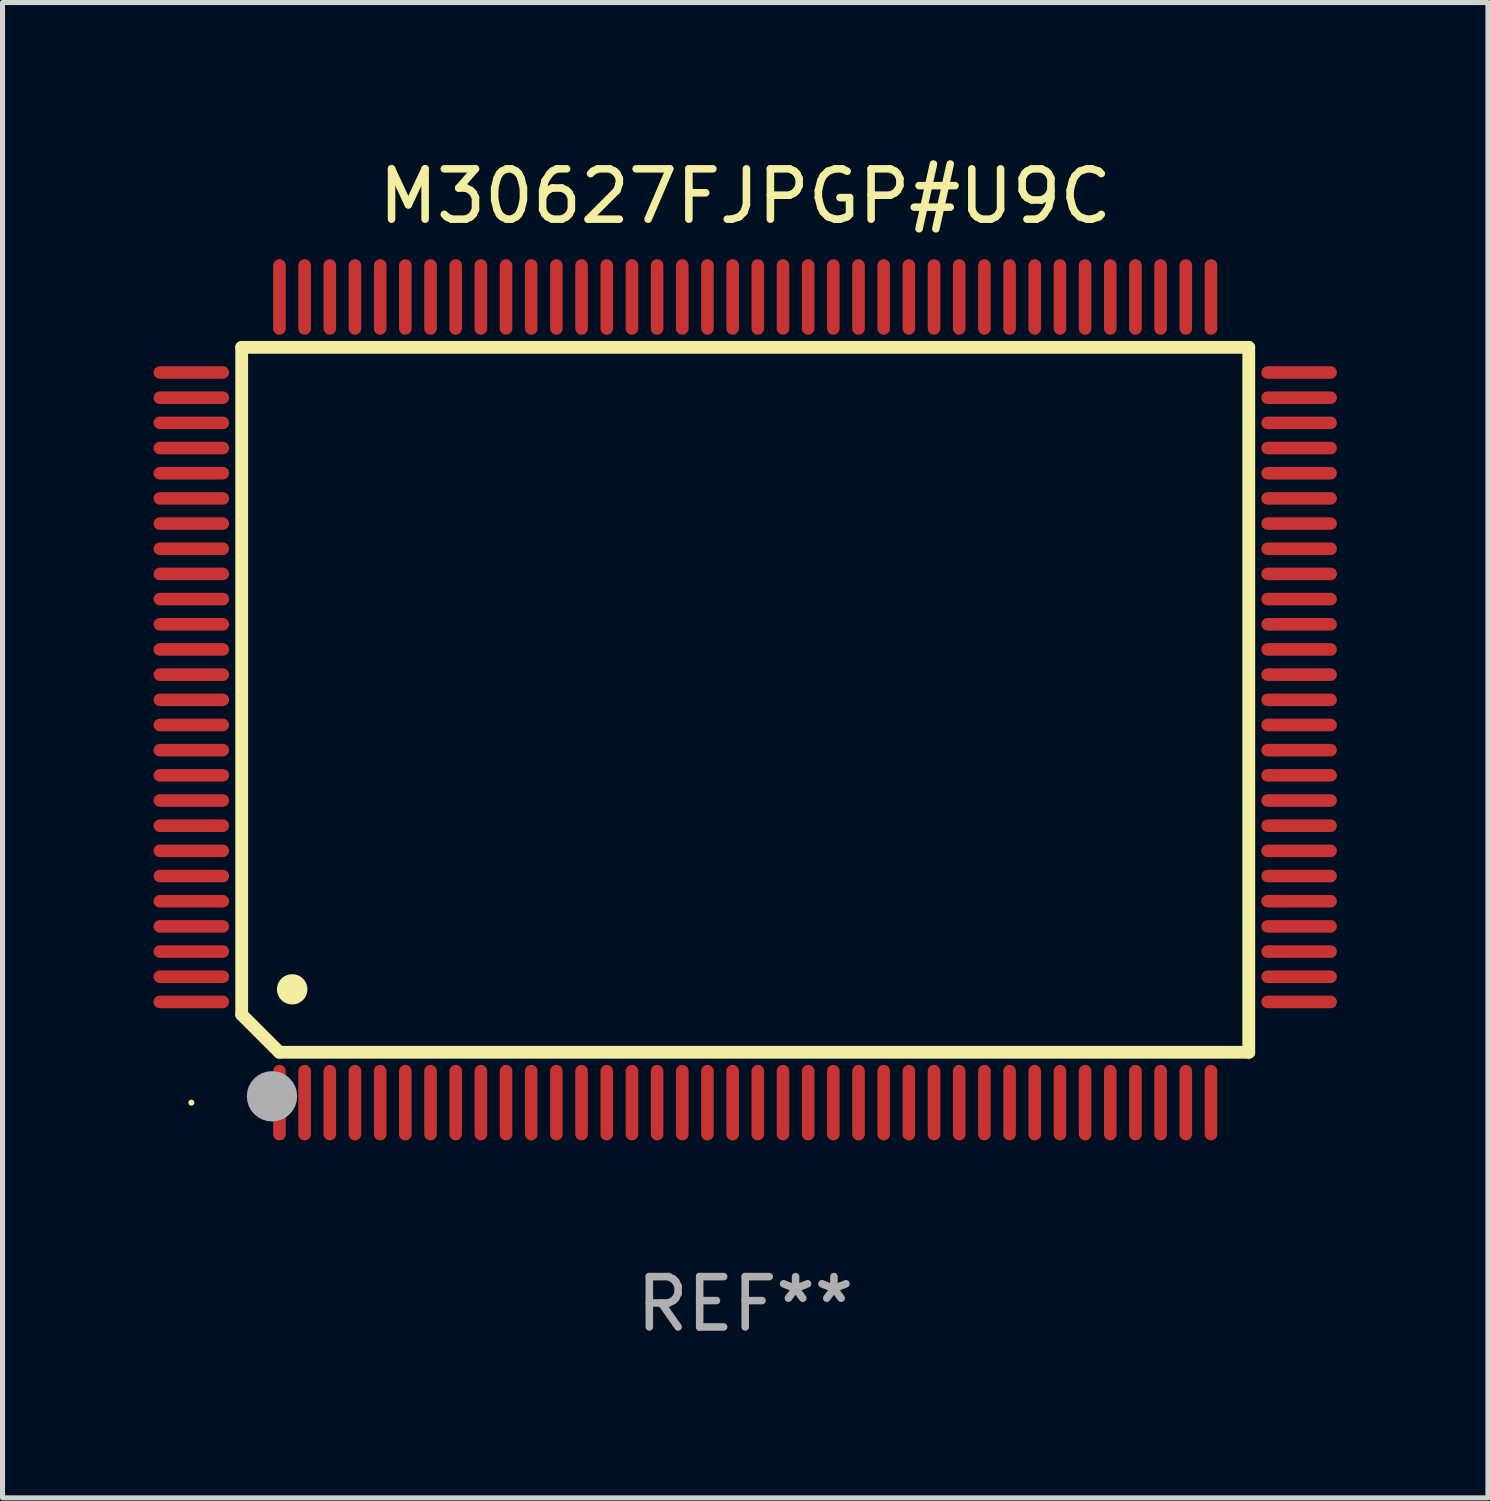
<source format=kicad_pcb>
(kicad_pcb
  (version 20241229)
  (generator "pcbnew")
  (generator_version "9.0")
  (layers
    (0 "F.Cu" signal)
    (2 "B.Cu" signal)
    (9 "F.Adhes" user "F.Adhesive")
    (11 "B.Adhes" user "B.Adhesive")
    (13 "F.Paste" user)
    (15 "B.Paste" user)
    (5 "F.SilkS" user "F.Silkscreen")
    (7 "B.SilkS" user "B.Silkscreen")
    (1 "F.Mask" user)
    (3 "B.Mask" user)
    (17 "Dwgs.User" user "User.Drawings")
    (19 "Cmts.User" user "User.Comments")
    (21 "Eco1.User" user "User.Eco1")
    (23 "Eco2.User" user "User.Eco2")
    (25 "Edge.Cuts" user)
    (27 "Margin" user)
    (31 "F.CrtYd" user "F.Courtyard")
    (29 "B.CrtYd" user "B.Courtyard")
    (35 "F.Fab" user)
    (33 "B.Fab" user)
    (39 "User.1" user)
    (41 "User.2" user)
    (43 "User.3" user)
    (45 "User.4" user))
  (footprint "M30627FJPGP#U9C"
    (layer "F.Cu")
    (at 11.75 10.848)
    (property "Reference" "M30627FJPGP#U9C" (at 0 -10 0) (layer "F.SilkS") (effects (font (size 1 1) (thickness 0.15))))
    (attr through_hole)
    (fp_line (start -10 -7) (end -10 6.25) (stroke (width 0.254) (type solid)) (layer "F.SilkS"))
    (fp_line (start -10 -7) (end 10 -7) (stroke (width 0.254) (type solid)) (layer "F.SilkS"))
    (fp_line (start -9.252 7) (end -10 6.252) (stroke (width 0.254) (type solid)) (layer "F.SilkS"))
    (fp_line (start 10 -7) (end 10 7) (stroke (width 0.254) (type solid)) (layer "F.SilkS"))
    (fp_line (start 10 7) (end -9.252 7) (stroke (width 0.254) (type solid)) (layer "F.SilkS"))
    (fp_arc (start -9.000025 5.750013) (mid -8.997485 5.750002) (end -8.994945 5.750013) (stroke (width 0.6) (type solid)) (layer "F.SilkS"))
    (fp_circle (center -11 8) (end -10.97 8) (stroke (width 0.06) (type solid)) (fill no) (layer "F.SilkS"))
    (fp_circle (center -9.398 7.874) (end -9.148 7.874) (stroke (width 0.5) (type solid)) (fill no) (layer "F.Fab"))
    (fp_text user "REF**" (at 0 12 0) (layer "F.Fab") (effects (font (size 1 1) (thickness 0.15))))
    (pad "1" smd oval (at -9.25 8) (size 0.25 1.5) (layers "F.Cu" "F.Mask" "F.Paste"))
    (pad "2" smd oval (at -8.75 8) (size 0.25 1.5) (layers "F.Cu" "F.Mask" "F.Paste"))
    (pad "3" smd oval (at -8.25 8) (size 0.25 1.5) (layers "F.Cu" "F.Mask" "F.Paste"))
    (pad "4" smd oval (at -7.75 8) (size 0.25 1.5) (layers "F.Cu" "F.Mask" "F.Paste"))
    (pad "5" smd oval (at -7.25 8) (size 0.25 1.5) (layers "F.Cu" "F.Mask" "F.Paste"))
    (pad "6" smd oval (at -6.75 8) (size 0.25 1.5) (layers "F.Cu" "F.Mask" "F.Paste"))
    (pad "7" smd oval (at -6.25 8) (size 0.25 1.5) (layers "F.Cu" "F.Mask" "F.Paste"))
    (pad "8" smd oval (at -5.75 8) (size 0.25 1.5) (layers "F.Cu" "F.Mask" "F.Paste"))
    (pad "9" smd oval (at -5.25 8) (size 0.25 1.5) (layers "F.Cu" "F.Mask" "F.Paste"))
    (pad "10" smd oval (at -4.75 8) (size 0.25 1.5) (layers "F.Cu" "F.Mask" "F.Paste"))
    (pad "11" smd oval (at -4.25 8) (size 0.25 1.5) (layers "F.Cu" "F.Mask" "F.Paste"))
    (pad "12" smd oval (at -3.75 8) (size 0.25 1.5) (layers "F.Cu" "F.Mask" "F.Paste"))
    (pad "13" smd oval (at -3.25 8) (size 0.25 1.5) (layers "F.Cu" "F.Mask" "F.Paste"))
    (pad "14" smd oval (at -2.75 8) (size 0.25 1.5) (layers "F.Cu" "F.Mask" "F.Paste"))
    (pad "15" smd oval (at -2.25 8) (size 0.25 1.5) (layers "F.Cu" "F.Mask" "F.Paste"))
    (pad "16" smd oval (at -1.75 8) (size 0.25 1.5) (layers "F.Cu" "F.Mask" "F.Paste"))
    (pad "17" smd oval (at -1.25 8) (size 0.25 1.5) (layers "F.Cu" "F.Mask" "F.Paste"))
    (pad "18" smd oval (at -0.75 8) (size 0.25 1.5) (layers "F.Cu" "F.Mask" "F.Paste"))
    (pad "19" smd oval (at -0.25 8) (size 0.25 1.5) (layers "F.Cu" "F.Mask" "F.Paste"))
    (pad "20" smd oval (at 0.25 8) (size 0.25 1.5) (layers "F.Cu" "F.Mask" "F.Paste"))
    (pad "21" smd oval (at 0.75 8) (size 0.25 1.5) (layers "F.Cu" "F.Mask" "F.Paste"))
    (pad "22" smd oval (at 1.25 8) (size 0.25 1.5) (layers "F.Cu" "F.Mask" "F.Paste"))
    (pad "23" smd oval (at 1.75 8) (size 0.25 1.5) (layers "F.Cu" "F.Mask" "F.Paste"))
    (pad "24" smd oval (at 2.25 8) (size 0.25 1.5) (layers "F.Cu" "F.Mask" "F.Paste"))
    (pad "25" smd oval (at 2.75 8) (size 0.25 1.5) (layers "F.Cu" "F.Mask" "F.Paste"))
    (pad "26" smd oval (at 3.25 8) (size 0.25 1.5) (layers "F.Cu" "F.Mask" "F.Paste"))
    (pad "27" smd oval (at 3.75 8) (size 0.25 1.5) (layers "F.Cu" "F.Mask" "F.Paste"))
    (pad "28" smd oval (at 4.25 8) (size 0.25 1.5) (layers "F.Cu" "F.Mask" "F.Paste"))
    (pad "29" smd oval (at 4.75 8) (size 0.25 1.5) (layers "F.Cu" "F.Mask" "F.Paste"))
    (pad "30" smd oval (at 5.25 8) (size 0.25 1.5) (layers "F.Cu" "F.Mask" "F.Paste"))
    (pad "31" smd oval (at 5.75 8) (size 0.25 1.5) (layers "F.Cu" "F.Mask" "F.Paste"))
    (pad "32" smd oval (at 6.25 8) (size 0.25 1.5) (layers "F.Cu" "F.Mask" "F.Paste"))
    (pad "33" smd oval (at 6.75 8 180) (size 0.25 1.5) (layers "F.Cu" "F.Mask" "F.Paste"))
    (pad "34" smd oval (at 7.25 8 180) (size 0.25 1.5) (layers "F.Cu" "F.Mask" "F.Paste"))
    (pad "35" smd oval (at 7.75 8 180) (size 0.25 1.5) (layers "F.Cu" "F.Mask" "F.Paste"))
    (pad "36" smd oval (at 8.25 8 180) (size 0.25 1.5) (layers "F.Cu" "F.Mask" "F.Paste"))
    (pad "37" smd oval (at 8.75 8 180) (size 0.25 1.5) (layers "F.Cu" "F.Mask" "F.Paste"))
    (pad "38" smd oval (at 9.25 8 180) (size 0.25 1.5) (layers "F.Cu" "F.Mask" "F.Paste"))
    (pad "39" smd oval (at 11 6 270) (size 0.25 1.5) (layers "F.Cu" "F.Mask" "F.Paste"))
    (pad "40" smd oval (at 11 5.5 270) (size 0.25 1.5) (layers "F.Cu" "F.Mask" "F.Paste"))
    (pad "41" smd oval (at 11 5 270) (size 0.25 1.5) (layers "F.Cu" "F.Mask" "F.Paste"))
    (pad "42" smd oval (at 11 4.5 270) (size 0.25 1.5) (layers "F.Cu" "F.Mask" "F.Paste"))
    (pad "43" smd oval (at 11 4 270) (size 0.25 1.5) (layers "F.Cu" "F.Mask" "F.Paste"))
    (pad "44" smd oval (at 11 3.5 270) (size 0.25 1.5) (layers "F.Cu" "F.Mask" "F.Paste"))
    (pad "45" smd oval (at 11 3 270) (size 0.25 1.5) (layers "F.Cu" "F.Mask" "F.Paste"))
    (pad "46" smd oval (at 11 2.5 270) (size 0.25 1.5) (layers "F.Cu" "F.Mask" "F.Paste"))
    (pad "47" smd oval (at 11 2 270) (size 0.25 1.5) (layers "F.Cu" "F.Mask" "F.Paste"))
    (pad "48" smd oval (at 11 1.5 270) (size 0.25 1.5) (layers "F.Cu" "F.Mask" "F.Paste"))
    (pad "49" smd oval (at 11 1 270) (size 0.25 1.5) (layers "F.Cu" "F.Mask" "F.Paste"))
    (pad "50" smd oval (at 11 0.5 270) (size 0.25 1.5) (layers "F.Cu" "F.Mask" "F.Paste"))
    (pad "51" smd oval (at 11 0 270) (size 0.25 1.5) (layers "F.Cu" "F.Mask" "F.Paste"))
    (pad "52" smd oval (at 11 -0.5 270) (size 0.25 1.5) (layers "F.Cu" "F.Mask" "F.Paste"))
    (pad "53" smd oval (at 11 -1 270) (size 0.25 1.5) (layers "F.Cu" "F.Mask" "F.Paste"))
    (pad "54" smd oval (at 11 -1.5 270) (size 0.25 1.5) (layers "F.Cu" "F.Mask" "F.Paste"))
    (pad "55" smd oval (at 11 -2 270) (size 0.25 1.5) (layers "F.Cu" "F.Mask" "F.Paste"))
    (pad "56" smd oval (at 11 -2.5 270) (size 0.25 1.5) (layers "F.Cu" "F.Mask" "F.Paste"))
    (pad "57" smd oval (at 11 -3 270) (size 0.25 1.5) (layers "F.Cu" "F.Mask" "F.Paste"))
    (pad "58" smd oval (at 11 -3.5 270) (size 0.25 1.5) (layers "F.Cu" "F.Mask" "F.Paste"))
    (pad "59" smd oval (at 11 -4 270) (size 0.25 1.5) (layers "F.Cu" "F.Mask" "F.Paste"))
    (pad "60" smd oval (at 11 -4.5 270) (size 0.25 1.5) (layers "F.Cu" "F.Mask" "F.Paste"))
    (pad "61" smd oval (at 11 -5 270) (size 0.25 1.5) (layers "F.Cu" "F.Mask" "F.Paste"))
    (pad "62" smd oval (at 11 -5.5 270) (size 0.25 1.5) (layers "F.Cu" "F.Mask" "F.Paste"))
    (pad "63" smd oval (at 11 -6 270) (size 0.25 1.5) (layers "F.Cu" "F.Mask" "F.Paste"))
    (pad "64" smd oval (at 11 -6.5 270) (size 0.25 1.5) (layers "F.Cu" "F.Mask" "F.Paste"))
    (pad "65" smd oval (at 9.25 -8 180) (size 0.25 1.5) (layers "F.Cu" "F.Mask" "F.Paste"))
    (pad "66" smd oval (at 8.75 -8 180) (size 0.25 1.5) (layers "F.Cu" "F.Mask" "F.Paste"))
    (pad "67" smd oval (at 8.25 -8 180) (size 0.25 1.5) (layers "F.Cu" "F.Mask" "F.Paste"))
    (pad "68" smd oval (at 7.75 -8 180) (size 0.25 1.5) (layers "F.Cu" "F.Mask" "F.Paste"))
    (pad "69" smd oval (at 7.25 -8 180) (size 0.25 1.5) (layers "F.Cu" "F.Mask" "F.Paste"))
    (pad "70" smd oval (at 6.75 -8 180) (size 0.25 1.5) (layers "F.Cu" "F.Mask" "F.Paste"))
    (pad "71" smd oval (at 6.25 -8 180) (size 0.25 1.5) (layers "F.Cu" "F.Mask" "F.Paste"))
    (pad "72" smd oval (at 5.75 -8 180) (size 0.25 1.5) (layers "F.Cu" "F.Mask" "F.Paste"))
    (pad "73" smd oval (at 5.25 -8 180) (size 0.25 1.5) (layers "F.Cu" "F.Mask" "F.Paste"))
    (pad "74" smd oval (at 4.75 -8 180) (size 0.25 1.5) (layers "F.Cu" "F.Mask" "F.Paste"))
    (pad "75" smd oval (at 4.25 -8 180) (size 0.25 1.5) (layers "F.Cu" "F.Mask" "F.Paste"))
    (pad "76" smd oval (at 3.75 -8 180) (size 0.25 1.5) (layers "F.Cu" "F.Mask" "F.Paste"))
    (pad "77" smd oval (at 3.25 -8 180) (size 0.25 1.5) (layers "F.Cu" "F.Mask" "F.Paste"))
    (pad "78" smd oval (at 2.75 -8 180) (size 0.25 1.5) (layers "F.Cu" "F.Mask" "F.Paste"))
    (pad "79" smd oval (at 2.25 -8 180) (size 0.25 1.5) (layers "F.Cu" "F.Mask" "F.Paste"))
    (pad "80" smd oval (at 1.75 -8 180) (size 0.25 1.5) (layers "F.Cu" "F.Mask" "F.Paste"))
    (pad "81" smd oval (at 1.25 -8 180) (size 0.25 1.5) (layers "F.Cu" "F.Mask" "F.Paste"))
    (pad "82" smd oval (at 0.75 -8 180) (size 0.25 1.5) (layers "F.Cu" "F.Mask" "F.Paste"))
    (pad "83" smd oval (at 0.25 -8 180) (size 0.25 1.5) (layers "F.Cu" "F.Mask" "F.Paste"))
    (pad "84" smd oval (at -0.25 -8 180) (size 0.25 1.5) (layers "F.Cu" "F.Mask" "F.Paste"))
    (pad "85" smd oval (at -0.75 -8 180) (size 0.25 1.5) (layers "F.Cu" "F.Mask" "F.Paste"))
    (pad "86" smd oval (at -1.25 -8 180) (size 0.25 1.5) (layers "F.Cu" "F.Mask" "F.Paste"))
    (pad "87" smd oval (at -1.75 -8 180) (size 0.25 1.5) (layers "F.Cu" "F.Mask" "F.Paste"))
    (pad "88" smd oval (at -2.25 -8 180) (size 0.25 1.5) (layers "F.Cu" "F.Mask" "F.Paste"))
    (pad "89" smd oval (at -2.75 -8 180) (size 0.25 1.5) (layers "F.Cu" "F.Mask" "F.Paste"))
    (pad "90" smd oval (at -3.25 -8 180) (size 0.25 1.5) (layers "F.Cu" "F.Mask" "F.Paste"))
    (pad "91" smd oval (at -3.75 -8 180) (size 0.25 1.5) (layers "F.Cu" "F.Mask" "F.Paste"))
    (pad "92" smd oval (at -4.25 -8 180) (size 0.25 1.5) (layers "F.Cu" "F.Mask" "F.Paste"))
    (pad "93" smd oval (at -4.75 -8 180) (size 0.25 1.5) (layers "F.Cu" "F.Mask" "F.Paste"))
    (pad "94" smd oval (at -5.25 -8 180) (size 0.25 1.5) (layers "F.Cu" "F.Mask" "F.Paste"))
    (pad "95" smd oval (at -5.75 -8 180) (size 0.25 1.5) (layers "F.Cu" "F.Mask" "F.Paste"))
    (pad "96" smd oval (at -6.25 -8 180) (size 0.25 1.5) (layers "F.Cu" "F.Mask" "F.Paste"))
    (pad "97" smd oval (at -6.75 -8 180) (size 0.25 1.5) (layers "F.Cu" "F.Mask" "F.Paste"))
    (pad "98" smd oval (at -7.25 -8 180) (size 0.25 1.5) (layers "F.Cu" "F.Mask" "F.Paste"))
    (pad "99" smd oval (at -7.75 -8 180) (size 0.25 1.5) (layers "F.Cu" "F.Mask" "F.Paste"))
    (pad "100" smd oval (at -8.25 -8 180) (size 0.25 1.5) (layers "F.Cu" "F.Mask" "F.Paste"))
    (pad "101" smd oval (at -8.75 -8 180) (size 0.25 1.5) (layers "F.Cu" "F.Mask" "F.Paste"))
    (pad "102" smd oval (at -9.25 -8) (size 0.25 1.5) (layers "F.Cu" "F.Mask" "F.Paste"))
    (pad "103" smd oval (at -11 -6.5 270) (size 0.25 1.5) (layers "F.Cu" "F.Mask" "F.Paste"))
    (pad "104" smd oval (at -11 -6 270) (size 0.25 1.5) (layers "F.Cu" "F.Mask" "F.Paste"))
    (pad "105" smd oval (at -11 -5.5 270) (size 0.25 1.5) (layers "F.Cu" "F.Mask" "F.Paste"))
    (pad "106" smd oval (at -11 -5 270) (size 0.25 1.5) (layers "F.Cu" "F.Mask" "F.Paste"))
    (pad "107" smd oval (at -11 -4.5 270) (size 0.25 1.5) (layers "F.Cu" "F.Mask" "F.Paste"))
    (pad "108" smd oval (at -11 -4 270) (size 0.25 1.5) (layers "F.Cu" "F.Mask" "F.Paste"))
    (pad "109" smd oval (at -11 -3.5 270) (size 0.25 1.5) (layers "F.Cu" "F.Mask" "F.Paste"))
    (pad "110" smd oval (at -11 -3 270) (size 0.25 1.5) (layers "F.Cu" "F.Mask" "F.Paste"))
    (pad "111" smd oval (at -11 -2.5 270) (size 0.25 1.5) (layers "F.Cu" "F.Mask" "F.Paste"))
    (pad "112" smd oval (at -11 -2 270) (size 0.25 1.5) (layers "F.Cu" "F.Mask" "F.Paste"))
    (pad "113" smd oval (at -11 -1.5 270) (size 0.25 1.5) (layers "F.Cu" "F.Mask" "F.Paste"))
    (pad "114" smd oval (at -11 -1 270) (size 0.25 1.5) (layers "F.Cu" "F.Mask" "F.Paste"))
    (pad "115" smd oval (at -11 -0.5 270) (size 0.25 1.5) (layers "F.Cu" "F.Mask" "F.Paste"))
    (pad "116" smd oval (at -11 0 270) (size 0.25 1.5) (layers "F.Cu" "F.Mask" "F.Paste"))
    (pad "117" smd oval (at -11 0.5 270) (size 0.25 1.5) (layers "F.Cu" "F.Mask" "F.Paste"))
    (pad "118" smd oval (at -11 1 270) (size 0.25 1.5) (layers "F.Cu" "F.Mask" "F.Paste"))
    (pad "119" smd oval (at -11 1.5 270) (size 0.25 1.5) (layers "F.Cu" "F.Mask" "F.Paste"))
    (pad "120" smd oval (at -11 2 270) (size 0.25 1.5) (layers "F.Cu" "F.Mask" "F.Paste"))
    (pad "121" smd oval (at -11 2.5 270) (size 0.25 1.5) (layers "F.Cu" "F.Mask" "F.Paste"))
    (pad "122" smd oval (at -11 3 270) (size 0.25 1.5) (layers "F.Cu" "F.Mask" "F.Paste"))
    (pad "123" smd oval (at -11 3.5 270) (size 0.25 1.5) (layers "F.Cu" "F.Mask" "F.Paste"))
    (pad "124" smd oval (at -11 4 270) (size 0.25 1.5) (layers "F.Cu" "F.Mask" "F.Paste"))
    (pad "125" smd oval (at -11 4.5 270) (size 0.25 1.5) (layers "F.Cu" "F.Mask" "F.Paste"))
    (pad "126" smd oval (at -11 5 270) (size 0.25 1.5) (layers "F.Cu" "F.Mask" "F.Paste"))
    (pad "127" smd oval (at -11 5.5 270) (size 0.25 1.5) (layers "F.Cu" "F.Mask" "F.Paste"))
    (pad "128" smd oval (at -11 6 270) (size 0.25 1.5) (layers "F.Cu" "F.Mask" "F.Paste")))
  (gr_rect
    (start -3 -3)
    (end 26.5 26.697)
    (stroke (width 0.1) (type default))
    (fill no)
    (layer "Edge.Cuts")))
</source>
